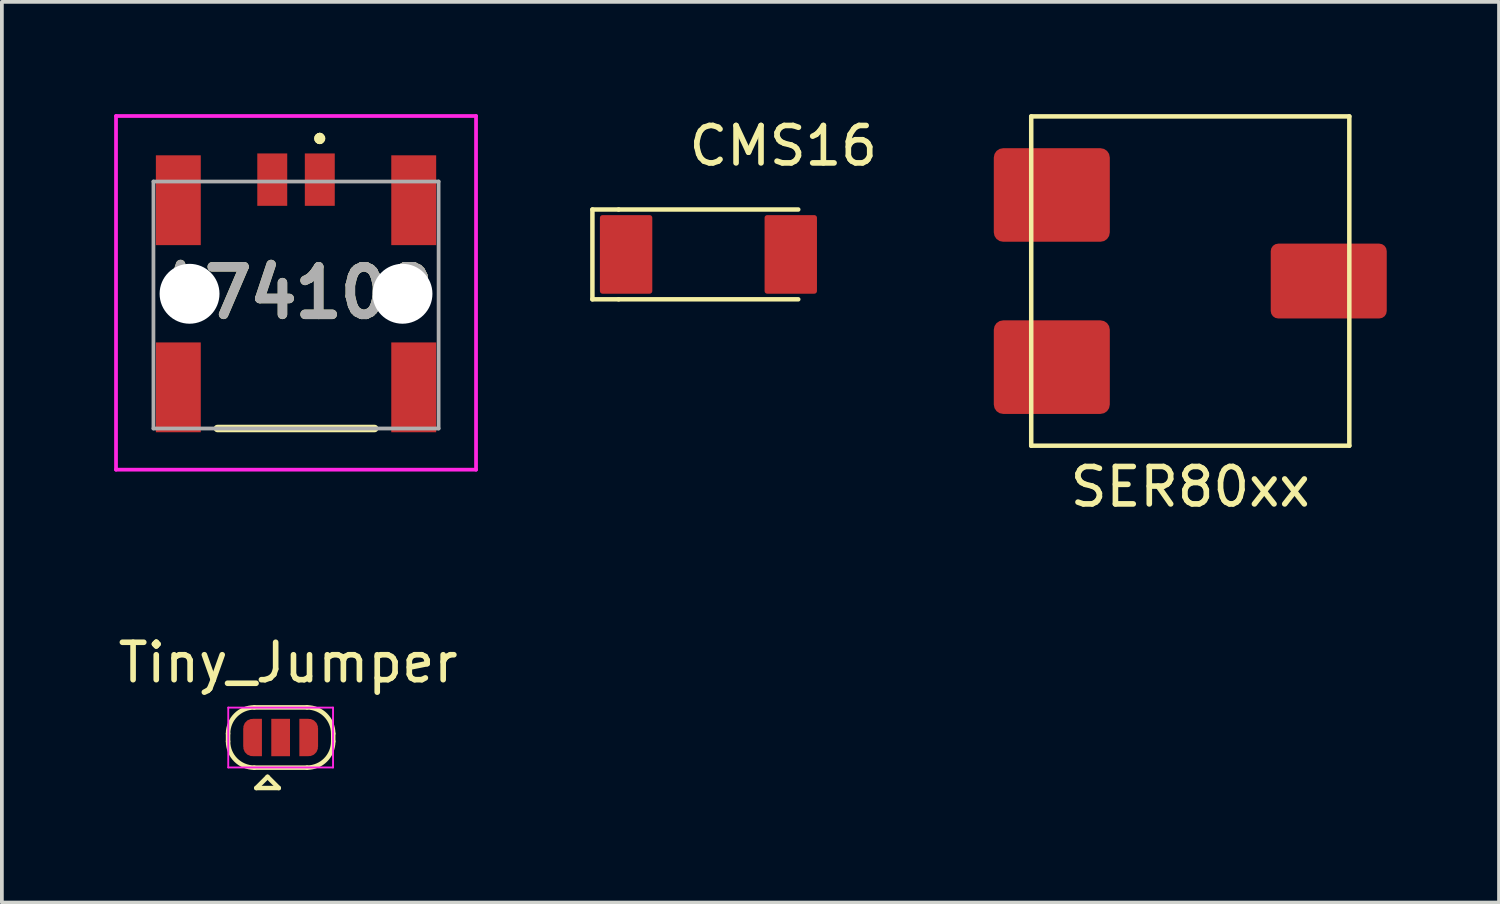
<source format=kicad_pcb>
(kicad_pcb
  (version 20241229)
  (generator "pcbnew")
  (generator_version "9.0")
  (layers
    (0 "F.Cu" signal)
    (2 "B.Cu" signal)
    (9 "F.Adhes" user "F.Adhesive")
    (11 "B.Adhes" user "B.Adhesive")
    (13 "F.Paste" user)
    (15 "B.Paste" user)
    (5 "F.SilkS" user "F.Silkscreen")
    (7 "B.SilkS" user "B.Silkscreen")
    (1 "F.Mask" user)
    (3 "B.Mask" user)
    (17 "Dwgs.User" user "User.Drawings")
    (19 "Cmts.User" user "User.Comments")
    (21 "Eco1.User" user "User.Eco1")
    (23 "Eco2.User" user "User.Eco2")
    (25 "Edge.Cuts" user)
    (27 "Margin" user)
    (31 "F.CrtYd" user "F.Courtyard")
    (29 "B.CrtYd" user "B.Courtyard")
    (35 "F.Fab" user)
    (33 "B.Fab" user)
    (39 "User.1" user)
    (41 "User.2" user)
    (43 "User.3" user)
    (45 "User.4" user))
  (footprint "SER80xx"
    (layer "F.Cu")
    (at 25.355 4.46)
    (property "Reference" "SER80xx" (at 3.4 5.5 0) (unlocked yes) (layer "F.SilkS") (effects (font (size 1 1) (thickness 0.15))))
    (attr smd)
    (fp_line (start -0.85 -4.4) (end -0.85 4.4) (stroke (width 0.12) (type solid)) (layer "F.SilkS"))
    (fp_line (start -0.85 -4.4) (end 7.65 -4.4) (stroke (width 0.12) (type solid)) (layer "F.SilkS"))
    (fp_line (start -0.85 4.4) (end 7.65 4.4) (stroke (width 0.12) (type solid)) (layer "F.SilkS"))
    (fp_line (start 7.65 -4.4) (end 7.65 4.4) (stroke (width 0.12) (type solid)) (layer "F.SilkS"))
    (pad "1" smd roundrect (at -0.3 -2.3) (size 3.1 2.5) (layers "F.Cu" "F.Mask" "F.Paste") (roundrect_rratio 0.1))
    (pad "2" smd roundrect (at -0.3 2.3) (size 3.1 2.5) (layers "F.Cu" "F.Mask" "F.Paste") (roundrect_rratio 0.1))
    (pad "3" smd roundrect (at 7.1 0) (size 3.1 2) (layers "F.Cu" "F.Mask" "F.Paste") (roundrect_rratio 0.1)))
  (footprint "474108"
    (layer "F.Cu")
    (at 4.86 5.1)
    (property "Reference" "474108" (at 0 -0.325 0) (layer "F.SilkS") (effects (font (size 1.27 1.27) (thickness 0.254))))
    (attr through_hole)
    (fp_line (start -2.1 3.3) (end 2.1 3.3) (stroke (width 0.2) (type solid)) (layer "F.SilkS"))
    (fp_line (start 0.635 -4.5) (end 0.635 -4.5) (stroke (width 0.2) (type solid)) (layer "F.SilkS"))
    (fp_line (start 0.635 -4.5) (end 0.635 -4.5) (stroke (width 0.2) (type solid)) (layer "F.SilkS"))
    (fp_line (start 0.635 -4.4) (end 0.635 -4.4) (stroke (width 0.2) (type solid)) (layer "F.SilkS"))
    (fp_arc (start 0.635 -4.5) (mid 0.685 -4.45) (end 0.635 -4.4) (stroke (width 0.2) (type solid)) (layer "F.SilkS"))
    (fp_arc (start 0.635 -4.4) (mid 0.585 -4.45) (end 0.635 -4.5) (stroke (width 0.2) (type solid)) (layer "F.SilkS"))
    (fp_arc (start 0.635 -4.4) (mid 0.585 -4.45) (end 0.635 -4.5) (stroke (width 0.2) (type solid)) (layer "F.SilkS"))
    (fp_line (start -4.81 -5.05) (end 4.81 -5.05) (stroke (width 0.1) (type solid)) (layer "F.CrtYd"))
    (fp_line (start -4.81 4.4) (end -4.81 -5.05) (stroke (width 0.1) (type solid)) (layer "F.CrtYd"))
    (fp_line (start 4.81 -5.05) (end 4.81 4.4) (stroke (width 0.1) (type solid)) (layer "F.CrtYd"))
    (fp_line (start 4.81 4.4) (end -4.81 4.4) (stroke (width 0.1) (type solid)) (layer "F.CrtYd"))
    (fp_line (start -3.81 -3.3) (end -3.81 3.3) (stroke (width 0.1) (type solid)) (layer "F.Fab"))
    (fp_line (start -3.81 3.3) (end 3.81 3.3) (stroke (width 0.1) (type solid)) (layer "F.Fab"))
    (fp_line (start 3.81 -3.3) (end -3.81 -3.3) (stroke (width 0.1) (type solid)) (layer "F.Fab"))
    (fp_line (start 3.81 3.3) (end 3.81 -3.3) (stroke (width 0.1) (type solid)) (layer "F.Fab"))
    (fp_text user "${REFERENCE}" (at 0 -0.325 0) (layer "F.Fab") (effects (font (size 1.27 1.27) (thickness 0.254))))
    (pad "" np_thru_hole circle (at -2.845 -0.3) (size 1.6 1.6) (drill 1.6) (layers "*.Cu" "*.Mask"))
    (pad "" np_thru_hole circle (at 2.845 -0.3) (size 1.6 1.6) (drill 1.6) (layers "*.Cu" "*.Mask"))
    (pad "1" smd rect (at 0.635 -3.35) (size 0.8 1.4) (layers "F.Cu" "F.Mask" "F.Paste"))
    (pad "2" smd rect (at -0.635 -3.35) (size 0.8 1.4) (layers "F.Cu" "F.Mask" "F.Paste"))
    (pad "MP1" smd rect (at 3.145 2.2) (size 1.2 2.4) (layers "F.Cu" "F.Mask" "F.Paste"))
    (pad "MP2" smd rect (at 3.145 -2.8) (size 1.2 2.4) (layers "F.Cu" "F.Mask" "F.Paste"))
    (pad "MP3" smd rect (at -3.145 -2.8) (size 1.2 2.4) (layers "F.Cu" "F.Mask" "F.Paste"))
    (pad "MP4" smd rect (at -3.145 2.2) (size 1.2 2.4) (layers "F.Cu" "F.Mask" "F.Paste")))
  (footprint "Tiny_Jumper"
    (layer "F.Cu")
    (at 4.449 16.657)
    (property "Reference" "Tiny_Jumper" (at 0.2 -2 0) (layer "F.SilkS") (effects (font (size 1 1) (thickness 0.15))))
    (attr exclude_from_pos_files exclude_from_bom)
    (fp_line (start -1.405 0.105) (end -1.405 -0.105) (stroke (width 0.12) (type solid)) (layer "F.SilkS"))
    (fp_line (start -0.705 -0.805) (end 0.705 -0.805) (stroke (width 0.12) (type solid)) (layer "F.SilkS"))
    (fp_line (start -0.65 1.35) (end -0.05 1.35) (stroke (width 0.12) (type solid)) (layer "F.SilkS"))
    (fp_line (start -0.35 1.05) (end -0.65 1.35) (stroke (width 0.12) (type solid)) (layer "F.SilkS"))
    (fp_line (start -0.35 1.05) (end -0.05 1.35) (stroke (width 0.12) (type solid)) (layer "F.SilkS"))
    (fp_line (start 0.705 0.805) (end -0.705 0.805) (stroke (width 0.12) (type solid)) (layer "F.SilkS"))
    (fp_line (start 1.405 -0.105) (end 1.405 0.105) (stroke (width 0.12) (type solid)) (layer "F.SilkS"))
    (fp_arc (start -1.405025 -0.105025) (mid -1.2 -0.6) (end -0.705025 -0.805025) (stroke (width 0.12) (type solid)) (layer "F.SilkS"))
    (fp_arc (start -0.705025 0.805025) (mid -1.2 0.6) (end -1.405025 0.105025) (stroke (width 0.12) (type solid)) (layer "F.SilkS"))
    (fp_arc (start 0.705025 -0.805025) (mid 1.2 -0.6) (end 1.405025 -0.105025) (stroke (width 0.12) (type solid)) (layer "F.SilkS"))
    (fp_arc (start 1.405025 0.105025) (mid 1.2 0.6) (end 0.705025 0.805025) (stroke (width 0.12) (type solid)) (layer "F.SilkS"))
    (fp_line (start -1.4 -0.8) (end -1.4 0.8) (stroke (width 0.05) (type solid)) (layer "F.CrtYd"))
    (fp_line (start -1.4 -0.8) (end 1.4 -0.8) (stroke (width 0.05) (type solid)) (layer "F.CrtYd"))
    (fp_line (start 1.4 0.8) (end -1.4 0.8) (stroke (width 0.05) (type solid)) (layer "F.CrtYd"))
    (fp_line (start 1.4 0.8) (end 1.4 -0.8) (stroke (width 0.05) (type solid)) (layer "F.CrtYd"))
    (pad "1" smd custom (at -0.75 0) (size 0.5 0.5) (layers "F.Cu" "F.Mask") (options (anchor rect)) (primitives (gr_circle (center 0 0.25) (end 0.25 0.25) (width 0) (fill yes)) (gr_circle (center 0 -0.25) (end 0.25 -0.25) (width 0) (fill yes)) (gr_poly (pts (xy 0.25 0.5) (xy 0 0.5) (xy 0 -0.5) (xy 0.25 -0.5)) (width 0) (fill yes))))
    (pad "2" smd rect (at 0 0) (size 0.5 1) (layers "F.Cu" "F.Mask"))
    (pad "3" smd custom (at 0.75 0) (size 0.5 0.5) (layers "F.Cu" "F.Mask") (options (anchor rect)) (primitives (gr_circle (center 0 0.25) (end 0.25 0.25) (width 0) (fill yes)) (gr_circle (center 0 -0.25) (end 0.25 -0.25) (width 0) (fill yes)) (gr_poly (pts (xy 0 0.5) (xy -0.25 0.5) (xy -0.25 -0.5) (xy 0 -0.5)) (width 0) (fill yes)))))
  (footprint "CMS16"
    (layer "F.Cu")
    (at 15.88 3.748)
    (property "Reference" "CMS16" (at 2 -2.9 0) (unlocked yes) (layer "F.SilkS") (effects (font (size 1 1) (thickness 0.15))))
    (attr smd)
    (fp_line (start -3.1 -1.2) (end -3.1 1.2) (stroke (width 0.12) (type solid)) (layer "F.SilkS"))
    (fp_line (start -3.1 1.2) (end -2.4 1.2) (stroke (width 0.12) (type solid)) (layer "F.SilkS"))
    (fp_line (start -2.4 -1.2) (end -3.1 -1.2) (stroke (width 0.12) (type solid)) (layer "F.SilkS"))
    (fp_line (start -2.4 -1.2) (end 2.4 -1.2) (stroke (width 0.12) (type solid)) (layer "F.SilkS"))
    (fp_line (start -2.4 1.2) (end 2.4 1.2) (stroke (width 0.12) (type solid)) (layer "F.SilkS"))
    (pad "1" smd roundrect (at -2.2 0) (size 1.4 2.1) (layers "F.Cu" "F.Mask" "F.Paste") (roundrect_rratio 0.05))
    (pad "2" smd roundrect (at 2.2 0) (size 1.4 2.1) (layers "F.Cu" "F.Mask" "F.Paste") (roundrect_rratio 0.05)))
  (gr_rect
    (start -3 -3)
    (end 37.005 21.067)
    (stroke (width 0.1) (type default))
    (fill no)
    (layer "Edge.Cuts")))
</source>
